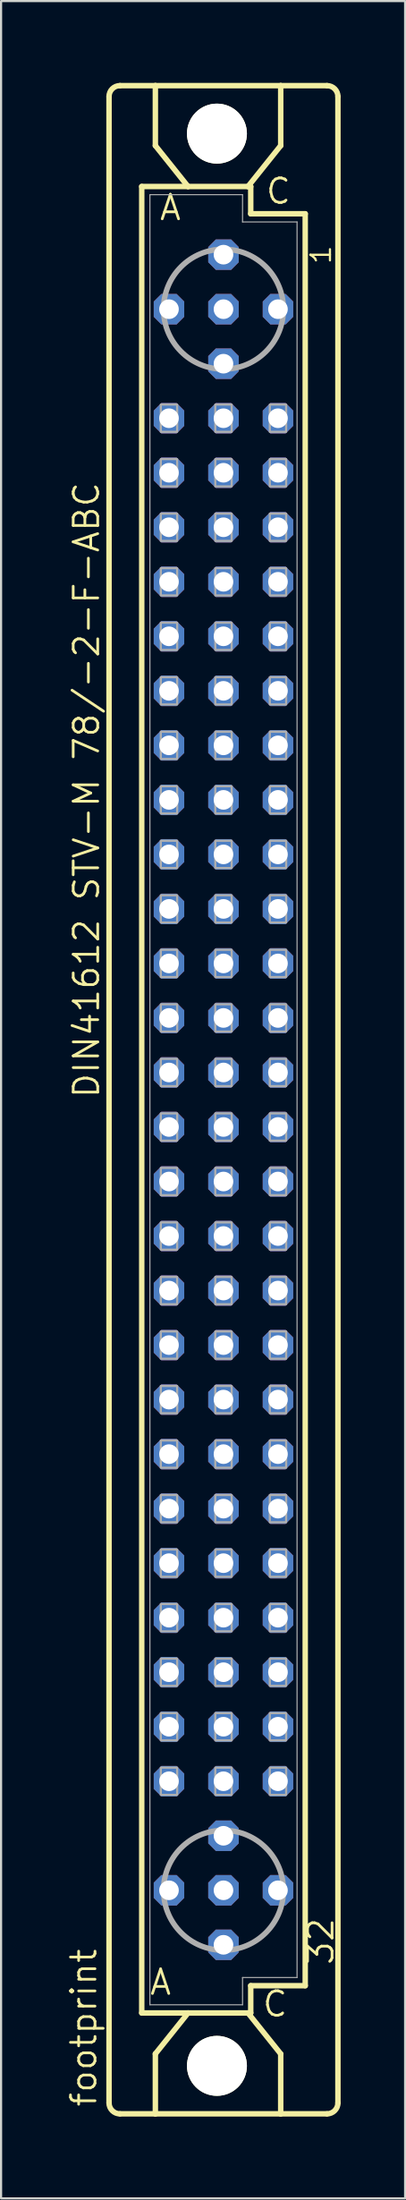
<source format=kicad_pcb>
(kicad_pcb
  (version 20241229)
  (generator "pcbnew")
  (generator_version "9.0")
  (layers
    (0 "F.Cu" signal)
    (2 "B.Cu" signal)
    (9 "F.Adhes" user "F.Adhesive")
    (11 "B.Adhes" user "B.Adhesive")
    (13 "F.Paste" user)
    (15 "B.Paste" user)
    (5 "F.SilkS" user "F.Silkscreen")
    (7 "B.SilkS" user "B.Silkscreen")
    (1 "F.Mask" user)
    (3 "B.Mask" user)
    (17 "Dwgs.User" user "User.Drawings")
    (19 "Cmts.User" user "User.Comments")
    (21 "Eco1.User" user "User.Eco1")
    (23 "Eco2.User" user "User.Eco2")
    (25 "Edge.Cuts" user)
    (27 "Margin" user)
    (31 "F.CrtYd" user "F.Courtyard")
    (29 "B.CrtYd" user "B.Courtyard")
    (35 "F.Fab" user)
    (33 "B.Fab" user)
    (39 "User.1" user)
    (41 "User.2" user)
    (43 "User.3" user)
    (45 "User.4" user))
  (footprint "footprint"
    (layer "F.Cu")
    (at 7.366 48.184)
    (property "Reference" "footprint" (at -5.842 46.99 90) (layer "F.SilkS") (effects (font (size 1.143 1.143) (thickness 0.127)) (justify left bottom)))
    (fp_line (start -5.334 46.736) (end -5.334 -46.736) (stroke (width 0.254) (type solid)) (layer "F.SilkS"))
    (fp_line (start -4.826 -47.244) (end -3.175 -47.244) (stroke (width 0.254) (type solid)) (layer "F.SilkS"))
    (fp_line (start -4.826 47.244) (end -3.175 47.244) (stroke (width 0.254) (type solid)) (layer "F.SilkS"))
    (fp_line (start -3.81 -42.545) (end -3.81 42.545) (stroke (width 0.254) (type solid)) (layer "F.SilkS"))
    (fp_line (start -3.81 42.545) (end -1.651 42.545) (stroke (width 0.254) (type solid)) (layer "F.SilkS"))
    (fp_line (start -3.175 -47.244) (end -3.175 -44.45) (stroke (width 0.254) (type solid)) (layer "F.SilkS"))
    (fp_line (start -3.175 47.244) (end -3.175 44.45) (stroke (width 0.254) (type solid)) (layer "F.SilkS"))
    (fp_line (start -3.175 47.244) (end 2.667 47.244) (stroke (width 0.254) (type solid)) (layer "F.SilkS"))
    (fp_line (start -1.651 -42.545) (end -3.81 -42.545) (stroke (width 0.254) (type solid)) (layer "F.SilkS"))
    (fp_line (start -1.651 -42.545) (end -3.175 -44.45) (stroke (width 0.254) (type solid)) (layer "F.SilkS"))
    (fp_line (start -1.651 42.545) (end -3.175 44.45) (stroke (width 0.254) (type solid)) (layer "F.SilkS"))
    (fp_line (start -1.651 42.545) (end 1.143 42.545) (stroke (width 0.254) (type solid)) (layer "F.SilkS"))
    (fp_line (start 1.143 -42.545) (end -1.651 -42.545) (stroke (width 0.254) (type solid)) (layer "F.SilkS"))
    (fp_line (start 1.143 -42.545) (end 2.667 -44.45) (stroke (width 0.254) (type solid)) (layer "F.SilkS"))
    (fp_line (start 1.143 42.545) (end 1.27 42.545) (stroke (width 0.254) (type solid)) (layer "F.SilkS"))
    (fp_line (start 1.143 42.545) (end 2.667 44.45) (stroke (width 0.254) (type solid)) (layer "F.SilkS"))
    (fp_line (start 1.27 -42.545) (end 1.143 -42.545) (stroke (width 0.254) (type solid)) (layer "F.SilkS"))
    (fp_line (start 1.27 -41.275) (end 1.27 -42.545) (stroke (width 0.254) (type solid)) (layer "F.SilkS"))
    (fp_line (start 1.27 41.275) (end 3.81 41.275) (stroke (width 0.254) (type solid)) (layer "F.SilkS"))
    (fp_line (start 1.27 42.545) (end 1.27 41.275) (stroke (width 0.254) (type solid)) (layer "F.SilkS"))
    (fp_line (start 2.667 -47.244) (end -3.175 -47.244) (stroke (width 0.254) (type solid)) (layer "F.SilkS"))
    (fp_line (start 2.667 -47.244) (end 2.667 -44.45) (stroke (width 0.254) (type solid)) (layer "F.SilkS"))
    (fp_line (start 2.667 47.244) (end 2.667 44.45) (stroke (width 0.254) (type solid)) (layer "F.SilkS"))
    (fp_line (start 2.667 47.244) (end 4.826 47.244) (stroke (width 0.254) (type solid)) (layer "F.SilkS"))
    (fp_line (start 3.81 -41.275) (end 1.27 -41.275) (stroke (width 0.254) (type solid)) (layer "F.SilkS"))
    (fp_line (start 3.81 41.275) (end 3.81 -41.275) (stroke (width 0.254) (type solid)) (layer "F.SilkS"))
    (fp_line (start 4.826 -47.244) (end 2.667 -47.244) (stroke (width 0.254) (type solid)) (layer "F.SilkS"))
    (fp_line (start 5.334 46.736) (end 5.334 -46.736) (stroke (width 0.254) (type solid)) (layer "F.SilkS"))
    (fp_arc (start -5.334 -46.736) (mid -5.18521 -47.09521) (end -4.826 -47.244) (stroke (width 0.254) (type solid)) (layer "F.SilkS"))
    (fp_arc (start -4.826 47.244) (mid -5.18521 47.09521) (end -5.334 46.736) (stroke (width 0.254) (type solid)) (layer "F.SilkS"))
    (fp_arc (start 4.826 -47.244) (mid 5.18521 -47.09521) (end 5.334 -46.736) (stroke (width 0.254) (type solid)) (layer "F.SilkS"))
    (fp_arc (start 5.334 46.736) (mid 5.18521 47.09521) (end 4.826 47.244) (stroke (width 0.254) (type solid)) (layer "F.SilkS"))
    (fp_circle (center -0.305 -45.009) (end 0.965 -45.009) (stroke (width 0.254) (type solid)) (fill no) (layer "F.SilkS"))
    (fp_circle (center -0.305 45.009) (end 0.965 45.009) (stroke (width 0.254) (type solid)) (fill no) (layer "F.SilkS"))
    (fp_line (start -3.429 -42.164) (end -3.429 42.164) (stroke (width 0.051) (type solid)) (layer "F.Fab"))
    (fp_line (start -3.429 -42.164) (end 0.889 -42.164) (stroke (width 0.051) (type solid)) (layer "F.Fab"))
    (fp_line (start -3.429 42.164) (end 0.889 42.164) (stroke (width 0.051) (type solid)) (layer "F.Fab"))
    (fp_line (start 0.889 -42.164) (end 0.889 -40.894) (stroke (width 0.051) (type solid)) (layer "F.Fab"))
    (fp_line (start 0.889 -40.894) (end 3.429 -40.894) (stroke (width 0.051) (type solid)) (layer "F.Fab"))
    (fp_line (start 0.889 40.894) (end 3.429 40.894) (stroke (width 0.051) (type solid)) (layer "F.Fab"))
    (fp_line (start 0.889 42.164) (end 0.889 40.894) (stroke (width 0.051) (type solid)) (layer "F.Fab"))
    (fp_line (start 3.429 -40.894) (end 3.429 40.894) (stroke (width 0.051) (type solid)) (layer "F.Fab"))
    (fp_circle (center 0 -36.83) (end 2.794 -36.83) (stroke (width 0.254) (type solid)) (fill no) (layer "F.Fab"))
    (fp_circle (center 0 36.83) (end 2.794 36.83) (stroke (width 0.254) (type solid)) (fill no) (layer "F.Fab"))
    (fp_poly (pts (xy -2.921 -31.115) (xy -2.159 -31.115) (xy -2.159 -32.385) (xy -2.921 -32.385)) (stroke (width 0.1) (type solid)) (fill no) (layer "F.Fab"))
    (fp_poly (pts (xy -2.921 -28.575) (xy -2.159 -28.575) (xy -2.159 -29.845) (xy -2.921 -29.845)) (stroke (width 0.1) (type solid)) (fill no) (layer "F.Fab"))
    (fp_poly (pts (xy -2.921 -26.035) (xy -2.159 -26.035) (xy -2.159 -27.305) (xy -2.921 -27.305)) (stroke (width 0.1) (type solid)) (fill no) (layer "F.Fab"))
    (fp_poly (pts (xy -2.921 -23.495) (xy -2.159 -23.495) (xy -2.159 -24.765) (xy -2.921 -24.765)) (stroke (width 0.1) (type solid)) (fill no) (layer "F.Fab"))
    (fp_poly (pts (xy -2.921 -20.955) (xy -2.159 -20.955) (xy -2.159 -22.225) (xy -2.921 -22.225)) (stroke (width 0.1) (type solid)) (fill no) (layer "F.Fab"))
    (fp_poly (pts (xy -2.921 -18.415) (xy -2.159 -18.415) (xy -2.159 -19.685) (xy -2.921 -19.685)) (stroke (width 0.1) (type solid)) (fill no) (layer "F.Fab"))
    (fp_poly (pts (xy -2.921 -15.875) (xy -2.159 -15.875) (xy -2.159 -17.145) (xy -2.921 -17.145)) (stroke (width 0.1) (type solid)) (fill no) (layer "F.Fab"))
    (fp_poly (pts (xy -2.921 -13.335) (xy -2.159 -13.335) (xy -2.159 -14.605) (xy -2.921 -14.605)) (stroke (width 0.1) (type solid)) (fill no) (layer "F.Fab"))
    (fp_poly (pts (xy -2.921 -10.795) (xy -2.159 -10.795) (xy -2.159 -12.065) (xy -2.921 -12.065)) (stroke (width 0.1) (type solid)) (fill no) (layer "F.Fab"))
    (fp_poly (pts (xy -2.921 -8.255) (xy -2.159 -8.255) (xy -2.159 -9.525) (xy -2.921 -9.525)) (stroke (width 0.1) (type solid)) (fill no) (layer "F.Fab"))
    (fp_poly (pts (xy -2.921 -5.715) (xy -2.159 -5.715) (xy -2.159 -6.985) (xy -2.921 -6.985)) (stroke (width 0.1) (type solid)) (fill no) (layer "F.Fab"))
    (fp_poly (pts (xy -2.921 -3.175) (xy -2.159 -3.175) (xy -2.159 -4.445) (xy -2.921 -4.445)) (stroke (width 0.1) (type solid)) (fill no) (layer "F.Fab"))
    (fp_poly (pts (xy -2.921 -0.635) (xy -2.159 -0.635) (xy -2.159 -1.905) (xy -2.921 -1.905)) (stroke (width 0.1) (type solid)) (fill no) (layer "F.Fab"))
    (fp_poly (pts (xy -2.921 1.905) (xy -2.159 1.905) (xy -2.159 0.635) (xy -2.921 0.635)) (stroke (width 0.1) (type solid)) (fill no) (layer "F.Fab"))
    (fp_poly (pts (xy -2.921 4.445) (xy -2.159 4.445) (xy -2.159 3.175) (xy -2.921 3.175)) (stroke (width 0.1) (type solid)) (fill no) (layer "F.Fab"))
    (fp_poly (pts (xy -2.921 6.985) (xy -2.159 6.985) (xy -2.159 5.715) (xy -2.921 5.715)) (stroke (width 0.1) (type solid)) (fill no) (layer "F.Fab"))
    (fp_poly (pts (xy -2.921 9.525) (xy -2.159 9.525) (xy -2.159 8.255) (xy -2.921 8.255)) (stroke (width 0.1) (type solid)) (fill no) (layer "F.Fab"))
    (fp_poly (pts (xy -2.921 12.065) (xy -2.159 12.065) (xy -2.159 10.795) (xy -2.921 10.795)) (stroke (width 0.1) (type solid)) (fill no) (layer "F.Fab"))
    (fp_poly (pts (xy -2.921 14.605) (xy -2.159 14.605) (xy -2.159 13.335) (xy -2.921 13.335)) (stroke (width 0.1) (type solid)) (fill no) (layer "F.Fab"))
    (fp_poly (pts (xy -2.921 17.145) (xy -2.159 17.145) (xy -2.159 15.875) (xy -2.921 15.875)) (stroke (width 0.1) (type solid)) (fill no) (layer "F.Fab"))
    (fp_poly (pts (xy -2.921 19.685) (xy -2.159 19.685) (xy -2.159 18.415) (xy -2.921 18.415)) (stroke (width 0.1) (type solid)) (fill no) (layer "F.Fab"))
    (fp_poly (pts (xy -2.921 22.225) (xy -2.159 22.225) (xy -2.159 20.955) (xy -2.921 20.955)) (stroke (width 0.1) (type solid)) (fill no) (layer "F.Fab"))
    (fp_poly (pts (xy -2.921 24.765) (xy -2.159 24.765) (xy -2.159 23.495) (xy -2.921 23.495)) (stroke (width 0.1) (type solid)) (fill no) (layer "F.Fab"))
    (fp_poly (pts (xy -2.921 27.305) (xy -2.159 27.305) (xy -2.159 26.035) (xy -2.921 26.035)) (stroke (width 0.1) (type solid)) (fill no) (layer "F.Fab"))
    (fp_poly (pts (xy -2.921 29.845) (xy -2.159 29.845) (xy -2.159 28.575) (xy -2.921 28.575)) (stroke (width 0.1) (type solid)) (fill no) (layer "F.Fab"))
    (fp_poly (pts (xy -2.921 32.385) (xy -2.159 32.385) (xy -2.159 31.115) (xy -2.921 31.115)) (stroke (width 0.1) (type solid)) (fill no) (layer "F.Fab"))
    (fp_poly (pts (xy -0.381 -31.115) (xy 0.381 -31.115) (xy 0.381 -32.385) (xy -0.381 -32.385)) (stroke (width 0.1) (type solid)) (fill no) (layer "F.Fab"))
    (fp_poly (pts (xy -0.381 -28.575) (xy 0.381 -28.575) (xy 0.381 -29.845) (xy -0.381 -29.845)) (stroke (width 0.1) (type solid)) (fill no) (layer "F.Fab"))
    (fp_poly (pts (xy -0.381 -26.035) (xy 0.381 -26.035) (xy 0.381 -27.305) (xy -0.381 -27.305)) (stroke (width 0.1) (type solid)) (fill no) (layer "F.Fab"))
    (fp_poly (pts (xy -0.381 -23.495) (xy 0.381 -23.495) (xy 0.381 -24.765) (xy -0.381 -24.765)) (stroke (width 0.1) (type solid)) (fill no) (layer "F.Fab"))
    (fp_poly (pts (xy -0.381 -20.955) (xy 0.381 -20.955) (xy 0.381 -22.225) (xy -0.381 -22.225)) (stroke (width 0.1) (type solid)) (fill no) (layer "F.Fab"))
    (fp_poly (pts (xy -0.381 -18.415) (xy 0.381 -18.415) (xy 0.381 -19.685) (xy -0.381 -19.685)) (stroke (width 0.1) (type solid)) (fill no) (layer "F.Fab"))
    (fp_poly (pts (xy -0.381 -15.875) (xy 0.381 -15.875) (xy 0.381 -17.145) (xy -0.381 -17.145)) (stroke (width 0.1) (type solid)) (fill no) (layer "F.Fab"))
    (fp_poly (pts (xy -0.381 -13.335) (xy 0.381 -13.335) (xy 0.381 -14.605) (xy -0.381 -14.605)) (stroke (width 0.1) (type solid)) (fill no) (layer "F.Fab"))
    (fp_poly (pts (xy -0.381 -10.795) (xy 0.381 -10.795) (xy 0.381 -12.065) (xy -0.381 -12.065)) (stroke (width 0.1) (type solid)) (fill no) (layer "F.Fab"))
    (fp_poly (pts (xy -0.381 -8.255) (xy 0.381 -8.255) (xy 0.381 -9.525) (xy -0.381 -9.525)) (stroke (width 0.1) (type solid)) (fill no) (layer "F.Fab"))
    (fp_poly (pts (xy -0.381 -5.715) (xy 0.381 -5.715) (xy 0.381 -6.985) (xy -0.381 -6.985)) (stroke (width 0.1) (type solid)) (fill no) (layer "F.Fab"))
    (fp_poly (pts (xy -0.381 -3.175) (xy 0.381 -3.175) (xy 0.381 -4.445) (xy -0.381 -4.445)) (stroke (width 0.1) (type solid)) (fill no) (layer "F.Fab"))
    (fp_poly (pts (xy -0.381 -0.635) (xy 0.381 -0.635) (xy 0.381 -1.905) (xy -0.381 -1.905)) (stroke (width 0.1) (type solid)) (fill no) (layer "F.Fab"))
    (fp_poly (pts (xy -0.381 1.905) (xy 0.381 1.905) (xy 0.381 0.635) (xy -0.381 0.635)) (stroke (width 0.1) (type solid)) (fill no) (layer "F.Fab"))
    (fp_poly (pts (xy -0.381 4.445) (xy 0.381 4.445) (xy 0.381 3.175) (xy -0.381 3.175)) (stroke (width 0.1) (type solid)) (fill no) (layer "F.Fab"))
    (fp_poly (pts (xy -0.381 6.985) (xy 0.381 6.985) (xy 0.381 5.715) (xy -0.381 5.715)) (stroke (width 0.1) (type solid)) (fill no) (layer "F.Fab"))
    (fp_poly (pts (xy -0.381 9.525) (xy 0.381 9.525) (xy 0.381 8.255) (xy -0.381 8.255)) (stroke (width 0.1) (type solid)) (fill no) (layer "F.Fab"))
    (fp_poly (pts (xy -0.381 12.065) (xy 0.381 12.065) (xy 0.381 10.795) (xy -0.381 10.795)) (stroke (width 0.1) (type solid)) (fill no) (layer "F.Fab"))
    (fp_poly (pts (xy -0.381 14.605) (xy 0.381 14.605) (xy 0.381 13.335) (xy -0.381 13.335)) (stroke (width 0.1) (type solid)) (fill no) (layer "F.Fab"))
    (fp_poly (pts (xy -0.381 17.145) (xy 0.381 17.145) (xy 0.381 15.875) (xy -0.381 15.875)) (stroke (width 0.1) (type solid)) (fill no) (layer "F.Fab"))
    (fp_poly (pts (xy -0.381 19.685) (xy 0.381 19.685) (xy 0.381 18.415) (xy -0.381 18.415)) (stroke (width 0.1) (type solid)) (fill no) (layer "F.Fab"))
    (fp_poly (pts (xy -0.381 22.225) (xy 0.381 22.225) (xy 0.381 20.955) (xy -0.381 20.955)) (stroke (width 0.1) (type solid)) (fill no) (layer "F.Fab"))
    (fp_poly (pts (xy -0.381 24.765) (xy 0.381 24.765) (xy 0.381 23.495) (xy -0.381 23.495)) (stroke (width 0.1) (type solid)) (fill no) (layer "F.Fab"))
    (fp_poly (pts (xy -0.381 27.305) (xy 0.381 27.305) (xy 0.381 26.035) (xy -0.381 26.035)) (stroke (width 0.1) (type solid)) (fill no) (layer "F.Fab"))
    (fp_poly (pts (xy -0.381 29.845) (xy 0.381 29.845) (xy 0.381 28.575) (xy -0.381 28.575)) (stroke (width 0.1) (type solid)) (fill no) (layer "F.Fab"))
    (fp_poly (pts (xy -0.381 32.385) (xy 0.381 32.385) (xy 0.381 31.115) (xy -0.381 31.115)) (stroke (width 0.1) (type solid)) (fill no) (layer "F.Fab"))
    (fp_poly (pts (xy 2.159 -31.115) (xy 2.921 -31.115) (xy 2.921 -32.385) (xy 2.159 -32.385)) (stroke (width 0.1) (type solid)) (fill no) (layer "F.Fab"))
    (fp_poly (pts (xy 2.159 -28.575) (xy 2.921 -28.575) (xy 2.921 -29.845) (xy 2.159 -29.845)) (stroke (width 0.1) (type solid)) (fill no) (layer "F.Fab"))
    (fp_poly (pts (xy 2.159 -26.035) (xy 2.921 -26.035) (xy 2.921 -27.305) (xy 2.159 -27.305)) (stroke (width 0.1) (type solid)) (fill no) (layer "F.Fab"))
    (fp_poly (pts (xy 2.159 -23.495) (xy 2.921 -23.495) (xy 2.921 -24.765) (xy 2.159 -24.765)) (stroke (width 0.1) (type solid)) (fill no) (layer "F.Fab"))
    (fp_poly (pts (xy 2.159 -20.955) (xy 2.921 -20.955) (xy 2.921 -22.225) (xy 2.159 -22.225)) (stroke (width 0.1) (type solid)) (fill no) (layer "F.Fab"))
    (fp_poly (pts (xy 2.159 -18.415) (xy 2.921 -18.415) (xy 2.921 -19.685) (xy 2.159 -19.685)) (stroke (width 0.1) (type solid)) (fill no) (layer "F.Fab"))
    (fp_poly (pts (xy 2.159 -15.875) (xy 2.921 -15.875) (xy 2.921 -17.145) (xy 2.159 -17.145)) (stroke (width 0.1) (type solid)) (fill no) (layer "F.Fab"))
    (fp_poly (pts (xy 2.159 -13.335) (xy 2.921 -13.335) (xy 2.921 -14.605) (xy 2.159 -14.605)) (stroke (width 0.1) (type solid)) (fill no) (layer "F.Fab"))
    (fp_poly (pts (xy 2.159 -10.795) (xy 2.921 -10.795) (xy 2.921 -12.065) (xy 2.159 -12.065)) (stroke (width 0.1) (type solid)) (fill no) (layer "F.Fab"))
    (fp_poly (pts (xy 2.159 -8.255) (xy 2.921 -8.255) (xy 2.921 -9.525) (xy 2.159 -9.525)) (stroke (width 0.1) (type solid)) (fill no) (layer "F.Fab"))
    (fp_poly (pts (xy 2.159 -5.715) (xy 2.921 -5.715) (xy 2.921 -6.985) (xy 2.159 -6.985)) (stroke (width 0.1) (type solid)) (fill no) (layer "F.Fab"))
    (fp_poly (pts (xy 2.159 -3.175) (xy 2.921 -3.175) (xy 2.921 -4.445) (xy 2.159 -4.445)) (stroke (width 0.1) (type solid)) (fill no) (layer "F.Fab"))
    (fp_poly (pts (xy 2.159 -0.635) (xy 2.921 -0.635) (xy 2.921 -1.905) (xy 2.159 -1.905)) (stroke (width 0.1) (type solid)) (fill no) (layer "F.Fab"))
    (fp_poly (pts (xy 2.159 1.905) (xy 2.921 1.905) (xy 2.921 0.635) (xy 2.159 0.635)) (stroke (width 0.1) (type solid)) (fill no) (layer "F.Fab"))
    (fp_poly (pts (xy 2.159 4.445) (xy 2.921 4.445) (xy 2.921 3.175) (xy 2.159 3.175)) (stroke (width 0.1) (type solid)) (fill no) (layer "F.Fab"))
    (fp_poly (pts (xy 2.159 6.985) (xy 2.921 6.985) (xy 2.921 5.715) (xy 2.159 5.715)) (stroke (width 0.1) (type solid)) (fill no) (layer "F.Fab"))
    (fp_poly (pts (xy 2.159 9.525) (xy 2.921 9.525) (xy 2.921 8.255) (xy 2.159 8.255)) (stroke (width 0.1) (type solid)) (fill no) (layer "F.Fab"))
    (fp_poly (pts (xy 2.159 12.065) (xy 2.921 12.065) (xy 2.921 10.795) (xy 2.159 10.795)) (stroke (width 0.1) (type solid)) (fill no) (layer "F.Fab"))
    (fp_poly (pts (xy 2.159 14.605) (xy 2.921 14.605) (xy 2.921 13.335) (xy 2.159 13.335)) (stroke (width 0.1) (type solid)) (fill no) (layer "F.Fab"))
    (fp_poly (pts (xy 2.159 17.145) (xy 2.921 17.145) (xy 2.921 15.875) (xy 2.159 15.875)) (stroke (width 0.1) (type solid)) (fill no) (layer "F.Fab"))
    (fp_poly (pts (xy 2.159 19.685) (xy 2.921 19.685) (xy 2.921 18.415) (xy 2.159 18.415)) (stroke (width 0.1) (type solid)) (fill no) (layer "F.Fab"))
    (fp_poly (pts (xy 2.159 22.225) (xy 2.921 22.225) (xy 2.921 20.955) (xy 2.159 20.955)) (stroke (width 0.1) (type solid)) (fill no) (layer "F.Fab"))
    (fp_poly (pts (xy 2.159 24.765) (xy 2.921 24.765) (xy 2.921 23.495) (xy 2.159 23.495)) (stroke (width 0.1) (type solid)) (fill no) (layer "F.Fab"))
    (fp_poly (pts (xy 2.159 27.305) (xy 2.921 27.305) (xy 2.921 26.035) (xy 2.159 26.035)) (stroke (width 0.1) (type solid)) (fill no) (layer "F.Fab"))
    (fp_poly (pts (xy 2.159 29.845) (xy 2.921 29.845) (xy 2.921 28.575) (xy 2.159 28.575)) (stroke (width 0.1) (type solid)) (fill no) (layer "F.Fab"))
    (fp_poly (pts (xy 2.159 32.385) (xy 2.921 32.385) (xy 2.921 31.115) (xy 2.159 31.115)) (stroke (width 0.1) (type solid)) (fill no) (layer "F.Fab"))
    (fp_text user "C" (at 1.905 -41.656 0) (layer "F.SilkS") (effects (font (size 1.143 1.143) (thickness 0.127)) (justify left bottom)))
    (fp_text user "1" (at 5.08 -38.862 90) (layer "F.SilkS") (effects (font (size 0.914 0.914) (thickness 0.102)) (justify left bottom)))
    (fp_text user " C " (at 0.878 42.799 0) (layer "F.SilkS") (effects (font (size 1.143 1.143) (thickness 0.127)) (justify left bottom)))
    (fp_text user "32" (at 5.207 40.386 90) (layer "F.SilkS") (effects (font (size 1.143 1.143) (thickness 0.127)) (justify left bottom)))
    (fp_text user " A " (at -4.375 41.783 0) (layer "F.SilkS") (effects (font (size 1.143 1.143) (thickness 0.127)) (justify left bottom)))
    (fp_text user "A" (at -3.048 -40.894 0) (layer "F.SilkS") (effects (font (size 1.143 1.143) (thickness 0.127)) (justify left bottom)))
    (fp_text user "DIN41612 STV-M 78/-2-F-ABC" (at -5.715 0 90) (layer "F.SilkS") (effects (font (size 1.143 1.143) (thickness 0.127)) (justify left bottom)))
    (pad "" np_thru_hole circle (at -0.305 -45.009) (size 2.794 2.794) (drill 2.794) (layers "*.Cu" "*.Mask"))
    (pad "" np_thru_hole circle (at -0.305 45.009) (size 2.794 2.794) (drill 2.794) (layers "*.Cu" "*.Mask"))
    (pad "A2" thru_hole roundrect (at -2.54 -36.83) (size 1.422 1.422) (drill 0.914) (layers "*.Cu" "*.Mask") (roundrect_rratio 0.25) (chamfer_ratio 0.25) (chamfer top_left top_right bottom_left bottom_right))
    (pad "A4" thru_hole roundrect (at -2.54 -31.75) (size 1.422 1.422) (drill 0.914) (layers "*.Cu" "*.Mask") (roundrect_rratio 0.25) (chamfer_ratio 0.25) (chamfer top_left top_right bottom_left bottom_right))
    (pad "A5" thru_hole roundrect (at -2.54 -29.21) (size 1.422 1.422) (drill 0.914) (layers "*.Cu" "*.Mask") (roundrect_rratio 0.25) (chamfer_ratio 0.25) (chamfer top_left top_right bottom_left bottom_right))
    (pad "A6" thru_hole roundrect (at -2.54 -26.67) (size 1.422 1.422) (drill 0.914) (layers "*.Cu" "*.Mask") (roundrect_rratio 0.25) (chamfer_ratio 0.25) (chamfer top_left top_right bottom_left bottom_right))
    (pad "A7" thru_hole roundrect (at -2.54 -24.13) (size 1.422 1.422) (drill 0.914) (layers "*.Cu" "*.Mask") (roundrect_rratio 0.25) (chamfer_ratio 0.25) (chamfer top_left top_right bottom_left bottom_right))
    (pad "A8" thru_hole roundrect (at -2.54 -21.59) (size 1.422 1.422) (drill 0.914) (layers "*.Cu" "*.Mask") (roundrect_rratio 0.25) (chamfer_ratio 0.25) (chamfer top_left top_right bottom_left bottom_right))
    (pad "A9" thru_hole roundrect (at -2.54 -19.05) (size 1.422 1.422) (drill 0.914) (layers "*.Cu" "*.Mask") (roundrect_rratio 0.25) (chamfer_ratio 0.25) (chamfer top_left top_right bottom_left bottom_right))
    (pad "A10" thru_hole roundrect (at -2.54 -16.51) (size 1.422 1.422) (drill 0.914) (layers "*.Cu" "*.Mask") (roundrect_rratio 0.25) (chamfer_ratio 0.25) (chamfer top_left top_right bottom_left bottom_right))
    (pad "A11" thru_hole roundrect (at -2.54 -13.97) (size 1.422 1.422) (drill 0.914) (layers "*.Cu" "*.Mask") (roundrect_rratio 0.25) (chamfer_ratio 0.25) (chamfer top_left top_right bottom_left bottom_right))
    (pad "A12" thru_hole roundrect (at -2.54 -11.43) (size 1.422 1.422) (drill 0.914) (layers "*.Cu" "*.Mask") (roundrect_rratio 0.25) (chamfer_ratio 0.25) (chamfer top_left top_right bottom_left bottom_right))
    (pad "A13" thru_hole roundrect (at -2.54 -8.89) (size 1.422 1.422) (drill 0.914) (layers "*.Cu" "*.Mask") (roundrect_rratio 0.25) (chamfer_ratio 0.25) (chamfer top_left top_right bottom_left bottom_right))
    (pad "A14" thru_hole roundrect (at -2.54 -6.35) (size 1.422 1.422) (drill 0.914) (layers "*.Cu" "*.Mask") (roundrect_rratio 0.25) (chamfer_ratio 0.25) (chamfer top_left top_right bottom_left bottom_right))
    (pad "A15" thru_hole roundrect (at -2.54 -3.81) (size 1.422 1.422) (drill 0.914) (layers "*.Cu" "*.Mask") (roundrect_rratio 0.25) (chamfer_ratio 0.25) (chamfer top_left top_right bottom_left bottom_right))
    (pad "A16" thru_hole roundrect (at -2.54 -1.27) (size 1.422 1.422) (drill 0.914) (layers "*.Cu" "*.Mask") (roundrect_rratio 0.25) (chamfer_ratio 0.25) (chamfer top_left top_right bottom_left bottom_right))
    (pad "A17" thru_hole roundrect (at -2.54 1.27) (size 1.422 1.422) (drill 0.914) (layers "*.Cu" "*.Mask") (roundrect_rratio 0.25) (chamfer_ratio 0.25) (chamfer top_left top_right bottom_left bottom_right))
    (pad "A18" thru_hole roundrect (at -2.54 3.81) (size 1.422 1.422) (drill 0.914) (layers "*.Cu" "*.Mask") (roundrect_rratio 0.25) (chamfer_ratio 0.25) (chamfer top_left top_right bottom_left bottom_right))
    (pad "A19" thru_hole roundrect (at -2.54 6.35) (size 1.422 1.422) (drill 0.914) (layers "*.Cu" "*.Mask") (roundrect_rratio 0.25) (chamfer_ratio 0.25) (chamfer top_left top_right bottom_left bottom_right))
    (pad "A20" thru_hole roundrect (at -2.54 8.89) (size 1.422 1.422) (drill 0.914) (layers "*.Cu" "*.Mask") (roundrect_rratio 0.25) (chamfer_ratio 0.25) (chamfer top_left top_right bottom_left bottom_right))
    (pad "A21" thru_hole roundrect (at -2.54 11.43) (size 1.422 1.422) (drill 0.914) (layers "*.Cu" "*.Mask") (roundrect_rratio 0.25) (chamfer_ratio 0.25) (chamfer top_left top_right bottom_left bottom_right))
    (pad "A22" thru_hole roundrect (at -2.54 13.97) (size 1.422 1.422) (drill 0.914) (layers "*.Cu" "*.Mask") (roundrect_rratio 0.25) (chamfer_ratio 0.25) (chamfer top_left top_right bottom_left bottom_right))
    (pad "A23" thru_hole roundrect (at -2.54 16.51) (size 1.422 1.422) (drill 0.914) (layers "*.Cu" "*.Mask") (roundrect_rratio 0.25) (chamfer_ratio 0.25) (chamfer top_left top_right bottom_left bottom_right))
    (pad "A24" thru_hole roundrect (at -2.54 19.05) (size 1.422 1.422) (drill 0.914) (layers "*.Cu" "*.Mask") (roundrect_rratio 0.25) (chamfer_ratio 0.25) (chamfer top_left top_right bottom_left bottom_right))
    (pad "A25" thru_hole roundrect (at -2.54 21.59) (size 1.422 1.422) (drill 0.914) (layers "*.Cu" "*.Mask") (roundrect_rratio 0.25) (chamfer_ratio 0.25) (chamfer top_left top_right bottom_left bottom_right))
    (pad "A26" thru_hole roundrect (at -2.54 24.13) (size 1.422 1.422) (drill 0.914) (layers "*.Cu" "*.Mask") (roundrect_rratio 0.25) (chamfer_ratio 0.25) (chamfer top_left top_right bottom_left bottom_right))
    (pad "A27" thru_hole roundrect (at -2.54 26.67) (size 1.422 1.422) (drill 0.914) (layers "*.Cu" "*.Mask") (roundrect_rratio 0.25) (chamfer_ratio 0.25) (chamfer top_left top_right bottom_left bottom_right))
    (pad "A28" thru_hole roundrect (at -2.54 29.21) (size 1.422 1.422) (drill 0.914) (layers "*.Cu" "*.Mask") (roundrect_rratio 0.25) (chamfer_ratio 0.25) (chamfer top_left top_right bottom_left bottom_right))
    (pad "A29" thru_hole roundrect (at -2.54 31.75) (size 1.422 1.422) (drill 0.914) (layers "*.Cu" "*.Mask") (roundrect_rratio 0.25) (chamfer_ratio 0.25) (chamfer top_left top_right bottom_left bottom_right))
    (pad "A31" thru_hole roundrect (at -2.54 36.83) (size 1.422 1.422) (drill 0.914) (layers "*.Cu" "*.Mask") (roundrect_rratio 0.25) (chamfer_ratio 0.25) (chamfer top_left top_right bottom_left bottom_right))
    (pad "B1" thru_hole roundrect (at 0 -39.37) (size 1.422 1.422) (drill 0.914) (layers "*.Cu" "*.Mask") (roundrect_rratio 0.25) (chamfer_ratio 0.25) (chamfer top_left top_right bottom_left bottom_right))
    (pad "B2" thru_hole roundrect (at 0 -36.83) (size 1.422 1.422) (drill 0.914) (layers "*.Cu" "*.Mask") (roundrect_rratio 0.25) (chamfer_ratio 0.25) (chamfer top_left top_right bottom_left bottom_right))
    (pad "B3" thru_hole roundrect (at 0 -34.29) (size 1.422 1.422) (drill 0.914) (layers "*.Cu" "*.Mask") (roundrect_rratio 0.25) (chamfer_ratio 0.25) (chamfer top_left top_right bottom_left bottom_right))
    (pad "B4" thru_hole roundrect (at 0 -31.75) (size 1.422 1.422) (drill 0.914) (layers "*.Cu" "*.Mask") (roundrect_rratio 0.25) (chamfer_ratio 0.25) (chamfer top_left top_right bottom_left bottom_right))
    (pad "B5" thru_hole roundrect (at 0 -29.21) (size 1.422 1.422) (drill 0.914) (layers "*.Cu" "*.Mask") (roundrect_rratio 0.25) (chamfer_ratio 0.25) (chamfer top_left top_right bottom_left bottom_right))
    (pad "B6" thru_hole roundrect (at 0 -26.67) (size 1.422 1.422) (drill 0.914) (layers "*.Cu" "*.Mask") (roundrect_rratio 0.25) (chamfer_ratio 0.25) (chamfer top_left top_right bottom_left bottom_right))
    (pad "B7" thru_hole roundrect (at 0 -24.13) (size 1.422 1.422) (drill 0.914) (layers "*.Cu" "*.Mask") (roundrect_rratio 0.25) (chamfer_ratio 0.25) (chamfer top_left top_right bottom_left bottom_right))
    (pad "B8" thru_hole roundrect (at 0 -21.59) (size 1.422 1.422) (drill 0.914) (layers "*.Cu" "*.Mask") (roundrect_rratio 0.25) (chamfer_ratio 0.25) (chamfer top_left top_right bottom_left bottom_right))
    (pad "B9" thru_hole roundrect (at 0 -19.05) (size 1.422 1.422) (drill 0.914) (layers "*.Cu" "*.Mask") (roundrect_rratio 0.25) (chamfer_ratio 0.25) (chamfer top_left top_right bottom_left bottom_right))
    (pad "B10" thru_hole roundrect (at 0 -16.51) (size 1.422 1.422) (drill 0.914) (layers "*.Cu" "*.Mask") (roundrect_rratio 0.25) (chamfer_ratio 0.25) (chamfer top_left top_right bottom_left bottom_right))
    (pad "B11" thru_hole roundrect (at 0 -13.97) (size 1.422 1.422) (drill 0.914) (layers "*.Cu" "*.Mask") (roundrect_rratio 0.25) (chamfer_ratio 0.25) (chamfer top_left top_right bottom_left bottom_right))
    (pad "B12" thru_hole roundrect (at 0 -11.43) (size 1.422 1.422) (drill 0.914) (layers "*.Cu" "*.Mask") (roundrect_rratio 0.25) (chamfer_ratio 0.25) (chamfer top_left top_right bottom_left bottom_right))
    (pad "B13" thru_hole roundrect (at 0 -8.89) (size 1.422 1.422) (drill 0.914) (layers "*.Cu" "*.Mask") (roundrect_rratio 0.25) (chamfer_ratio 0.25) (chamfer top_left top_right bottom_left bottom_right))
    (pad "B14" thru_hole roundrect (at 0 -6.35) (size 1.422 1.422) (drill 0.914) (layers "*.Cu" "*.Mask") (roundrect_rratio 0.25) (chamfer_ratio 0.25) (chamfer top_left top_right bottom_left bottom_right))
    (pad "B15" thru_hole roundrect (at 0 -3.81) (size 1.422 1.422) (drill 0.914) (layers "*.Cu" "*.Mask") (roundrect_rratio 0.25) (chamfer_ratio 0.25) (chamfer top_left top_right bottom_left bottom_right))
    (pad "B16" thru_hole roundrect (at 0 -1.27) (size 1.422 1.422) (drill 0.914) (layers "*.Cu" "*.Mask") (roundrect_rratio 0.25) (chamfer_ratio 0.25) (chamfer top_left top_right bottom_left bottom_right))
    (pad "B17" thru_hole roundrect (at 0 1.27) (size 1.422 1.422) (drill 0.914) (layers "*.Cu" "*.Mask") (roundrect_rratio 0.25) (chamfer_ratio 0.25) (chamfer top_left top_right bottom_left bottom_right))
    (pad "B18" thru_hole roundrect (at 0 3.81) (size 1.422 1.422) (drill 0.914) (layers "*.Cu" "*.Mask") (roundrect_rratio 0.25) (chamfer_ratio 0.25) (chamfer top_left top_right bottom_left bottom_right))
    (pad "B19" thru_hole roundrect (at 0 6.35) (size 1.422 1.422) (drill 0.914) (layers "*.Cu" "*.Mask") (roundrect_rratio 0.25) (chamfer_ratio 0.25) (chamfer top_left top_right bottom_left bottom_right))
    (pad "B20" thru_hole roundrect (at 0 8.89) (size 1.422 1.422) (drill 0.914) (layers "*.Cu" "*.Mask") (roundrect_rratio 0.25) (chamfer_ratio 0.25) (chamfer top_left top_right bottom_left bottom_right))
    (pad "B21" thru_hole roundrect (at 0 11.43) (size 1.422 1.422) (drill 0.914) (layers "*.Cu" "*.Mask") (roundrect_rratio 0.25) (chamfer_ratio 0.25) (chamfer top_left top_right bottom_left bottom_right))
    (pad "B22" thru_hole roundrect (at 0 13.97) (size 1.422 1.422) (drill 0.914) (layers "*.Cu" "*.Mask") (roundrect_rratio 0.25) (chamfer_ratio 0.25) (chamfer top_left top_right bottom_left bottom_right))
    (pad "B23" thru_hole roundrect (at 0 16.51) (size 1.422 1.422) (drill 0.914) (layers "*.Cu" "*.Mask") (roundrect_rratio 0.25) (chamfer_ratio 0.25) (chamfer top_left top_right bottom_left bottom_right))
    (pad "B24" thru_hole roundrect (at 0 19.05) (size 1.422 1.422) (drill 0.914) (layers "*.Cu" "*.Mask") (roundrect_rratio 0.25) (chamfer_ratio 0.25) (chamfer top_left top_right bottom_left bottom_right))
    (pad "B25" thru_hole roundrect (at 0 21.59) (size 1.422 1.422) (drill 0.914) (layers "*.Cu" "*.Mask") (roundrect_rratio 0.25) (chamfer_ratio 0.25) (chamfer top_left top_right bottom_left bottom_right))
    (pad "B26" thru_hole roundrect (at 0 24.13) (size 1.422 1.422) (drill 0.914) (layers "*.Cu" "*.Mask") (roundrect_rratio 0.25) (chamfer_ratio 0.25) (chamfer top_left top_right bottom_left bottom_right))
    (pad "B27" thru_hole roundrect (at 0 26.67) (size 1.422 1.422) (drill 0.914) (layers "*.Cu" "*.Mask") (roundrect_rratio 0.25) (chamfer_ratio 0.25) (chamfer top_left top_right bottom_left bottom_right))
    (pad "B28" thru_hole roundrect (at 0 29.21) (size 1.422 1.422) (drill 0.914) (layers "*.Cu" "*.Mask") (roundrect_rratio 0.25) (chamfer_ratio 0.25) (chamfer top_left top_right bottom_left bottom_right))
    (pad "B29" thru_hole roundrect (at 0 31.75) (size 1.422 1.422) (drill 0.914) (layers "*.Cu" "*.Mask") (roundrect_rratio 0.25) (chamfer_ratio 0.25) (chamfer top_left top_right bottom_left bottom_right))
    (pad "B30" thru_hole roundrect (at 0 34.29) (size 1.422 1.422) (drill 0.914) (layers "*.Cu" "*.Mask") (roundrect_rratio 0.25) (chamfer_ratio 0.25) (chamfer top_left top_right bottom_left bottom_right))
    (pad "B31" thru_hole roundrect (at 0 36.83) (size 1.422 1.422) (drill 0.914) (layers "*.Cu" "*.Mask") (roundrect_rratio 0.25) (chamfer_ratio 0.25) (chamfer top_left top_right bottom_left bottom_right))
    (pad "B32" thru_hole roundrect (at 0 39.37) (size 1.422 1.422) (drill 0.914) (layers "*.Cu" "*.Mask") (roundrect_rratio 0.25) (chamfer_ratio 0.25) (chamfer top_left top_right bottom_left bottom_right))
    (pad "C2" thru_hole roundrect (at 2.54 -36.83) (size 1.422 1.422) (drill 0.914) (layers "*.Cu" "*.Mask") (roundrect_rratio 0.25) (chamfer_ratio 0.25) (chamfer top_left top_right bottom_left bottom_right))
    (pad "C4" thru_hole roundrect (at 2.54 -31.75) (size 1.422 1.422) (drill 0.914) (layers "*.Cu" "*.Mask") (roundrect_rratio 0.25) (chamfer_ratio 0.25) (chamfer top_left top_right bottom_left bottom_right))
    (pad "C5" thru_hole roundrect (at 2.54 -29.21) (size 1.422 1.422) (drill 0.914) (layers "*.Cu" "*.Mask") (roundrect_rratio 0.25) (chamfer_ratio 0.25) (chamfer top_left top_right bottom_left bottom_right))
    (pad "C6" thru_hole roundrect (at 2.54 -26.67) (size 1.422 1.422) (drill 0.914) (layers "*.Cu" "*.Mask") (roundrect_rratio 0.25) (chamfer_ratio 0.25) (chamfer top_left top_right bottom_left bottom_right))
    (pad "C7" thru_hole roundrect (at 2.54 -24.13) (size 1.422 1.422) (drill 0.914) (layers "*.Cu" "*.Mask") (roundrect_rratio 0.25) (chamfer_ratio 0.25) (chamfer top_left top_right bottom_left bottom_right))
    (pad "C8" thru_hole roundrect (at 2.54 -21.59) (size 1.422 1.422) (drill 0.914) (layers "*.Cu" "*.Mask") (roundrect_rratio 0.25) (chamfer_ratio 0.25) (chamfer top_left top_right bottom_left bottom_right))
    (pad "C9" thru_hole roundrect (at 2.54 -19.05) (size 1.422 1.422) (drill 0.914) (layers "*.Cu" "*.Mask") (roundrect_rratio 0.25) (chamfer_ratio 0.25) (chamfer top_left top_right bottom_left bottom_right))
    (pad "C10" thru_hole roundrect (at 2.54 -16.51) (size 1.422 1.422) (drill 0.914) (layers "*.Cu" "*.Mask") (roundrect_rratio 0.25) (chamfer_ratio 0.25) (chamfer top_left top_right bottom_left bottom_right))
    (pad "C11" thru_hole roundrect (at 2.54 -13.97) (size 1.422 1.422) (drill 0.914) (layers "*.Cu" "*.Mask") (roundrect_rratio 0.25) (chamfer_ratio 0.25) (chamfer top_left top_right bottom_left bottom_right))
    (pad "C12" thru_hole roundrect (at 2.54 -11.43) (size 1.422 1.422) (drill 0.914) (layers "*.Cu" "*.Mask") (roundrect_rratio 0.25) (chamfer_ratio 0.25) (chamfer top_left top_right bottom_left bottom_right))
    (pad "C13" thru_hole roundrect (at 2.54 -8.89) (size 1.422 1.422) (drill 0.914) (layers "*.Cu" "*.Mask") (roundrect_rratio 0.25) (chamfer_ratio 0.25) (chamfer top_left top_right bottom_left bottom_right))
    (pad "C14" thru_hole roundrect (at 2.54 -6.35) (size 1.422 1.422) (drill 0.914) (layers "*.Cu" "*.Mask") (roundrect_rratio 0.25) (chamfer_ratio 0.25) (chamfer top_left top_right bottom_left bottom_right))
    (pad "C15" thru_hole roundrect (at 2.54 -3.81) (size 1.422 1.422) (drill 0.914) (layers "*.Cu" "*.Mask") (roundrect_rratio 0.25) (chamfer_ratio 0.25) (chamfer top_left top_right bottom_left bottom_right))
    (pad "C16" thru_hole roundrect (at 2.54 -1.27) (size 1.422 1.422) (drill 0.914) (layers "*.Cu" "*.Mask") (roundrect_rratio 0.25) (chamfer_ratio 0.25) (chamfer top_left top_right bottom_left bottom_right))
    (pad "C17" thru_hole roundrect (at 2.54 1.27) (size 1.422 1.422) (drill 0.914) (layers "*.Cu" "*.Mask") (roundrect_rratio 0.25) (chamfer_ratio 0.25) (chamfer top_left top_right bottom_left bottom_right))
    (pad "C18" thru_hole roundrect (at 2.54 3.81) (size 1.422 1.422) (drill 0.914) (layers "*.Cu" "*.Mask") (roundrect_rratio 0.25) (chamfer_ratio 0.25) (chamfer top_left top_right bottom_left bottom_right))
    (pad "C19" thru_hole roundrect (at 2.54 6.35) (size 1.422 1.422) (drill 0.914) (layers "*.Cu" "*.Mask") (roundrect_rratio 0.25) (chamfer_ratio 0.25) (chamfer top_left top_right bottom_left bottom_right))
    (pad "C20" thru_hole roundrect (at 2.54 8.89) (size 1.422 1.422) (drill 0.914) (layers "*.Cu" "*.Mask") (roundrect_rratio 0.25) (chamfer_ratio 0.25) (chamfer top_left top_right bottom_left bottom_right))
    (pad "C21" thru_hole roundrect (at 2.54 11.43) (size 1.422 1.422) (drill 0.914) (layers "*.Cu" "*.Mask") (roundrect_rratio 0.25) (chamfer_ratio 0.25) (chamfer top_left top_right bottom_left bottom_right))
    (pad "C22" thru_hole roundrect (at 2.54 13.97) (size 1.422 1.422) (drill 0.914) (layers "*.Cu" "*.Mask") (roundrect_rratio 0.25) (chamfer_ratio 0.25) (chamfer top_left top_right bottom_left bottom_right))
    (pad "C23" thru_hole roundrect (at 2.54 16.51) (size 1.422 1.422) (drill 0.914) (layers "*.Cu" "*.Mask") (roundrect_rratio 0.25) (chamfer_ratio 0.25) (chamfer top_left top_right bottom_left bottom_right))
    (pad "C24" thru_hole roundrect (at 2.54 19.05) (size 1.422 1.422) (drill 0.914) (layers "*.Cu" "*.Mask") (roundrect_rratio 0.25) (chamfer_ratio 0.25) (chamfer top_left top_right bottom_left bottom_right))
    (pad "C25" thru_hole roundrect (at 2.54 21.59) (size 1.422 1.422) (drill 0.914) (layers "*.Cu" "*.Mask") (roundrect_rratio 0.25) (chamfer_ratio 0.25) (chamfer top_left top_right bottom_left bottom_right))
    (pad "C26" thru_hole roundrect (at 2.54 24.13) (size 1.422 1.422) (drill 0.914) (layers "*.Cu" "*.Mask") (roundrect_rratio 0.25) (chamfer_ratio 0.25) (chamfer top_left top_right bottom_left bottom_right))
    (pad "C27" thru_hole roundrect (at 2.54 26.67) (size 1.422 1.422) (drill 0.914) (layers "*.Cu" "*.Mask") (roundrect_rratio 0.25) (chamfer_ratio 0.25) (chamfer top_left top_right bottom_left bottom_right))
    (pad "C28" thru_hole roundrect (at 2.54 29.21) (size 1.422 1.422) (drill 0.914) (layers "*.Cu" "*.Mask") (roundrect_rratio 0.25) (chamfer_ratio 0.25) (chamfer top_left top_right bottom_left bottom_right))
    (pad "C29" thru_hole roundrect (at 2.54 31.75) (size 1.422 1.422) (drill 0.914) (layers "*.Cu" "*.Mask") (roundrect_rratio 0.25) (chamfer_ratio 0.25) (chamfer top_left top_right bottom_left bottom_right))
    (pad "C31" thru_hole roundrect (at 2.54 36.83) (size 1.422 1.422) (drill 0.914) (layers "*.Cu" "*.Mask") (roundrect_rratio 0.25) (chamfer_ratio 0.25) (chamfer top_left top_right bottom_left bottom_right))
    (zone (net_name "") (layers "F.Cu" "B.Cu") (hatch edge 0.508) (connect_pads) (min_thickness 0.254) (filled_areas_thickness no) (keepout (tracks allowed) (vias not_allowed) (pads allowed) (copperpour allowed) (footprints allowed)) (placement (enabled no)) (fill) (polygon (pts (xy 10.236 3.175) (xy 10.188 2.624) (xy 10.045 2.089) (xy 9.811 1.587) (xy 9.493 1.134) (xy 9.102 0.743) (xy 8.649 0.425) (xy 8.147 0.191) (xy 7.613 0.048) (xy 7.061 0) (xy 6.51 0.048) (xy 5.975 0.191) (xy 5.474 0.425) (xy 5.02 0.743) (xy 4.629 1.134) (xy 4.312 1.587) (xy 4.078 2.089) (xy 3.934 2.624) (xy 3.886 3.175) (xy 3.934 3.726) (xy 4.078 4.261) (xy 4.312 4.763) (xy 4.629 5.216) (xy 5.02 5.607) (xy 5.474 5.925) (xy 5.975 6.159) (xy 6.51 6.302) (xy 7.061 6.35) (xy 7.613 6.302) (xy 8.147 6.159) (xy 8.649 5.925) (xy 9.102 5.607) (xy 9.493 5.216) (xy 9.811 4.763) (xy 10.045 4.261) (xy 10.188 3.726))) (polygon (pts (xy 8.458 3.175) (xy 8.437 2.932) (xy 8.374 2.697) (xy 8.271 2.477) (xy 8.131 2.277) (xy 7.959 2.105) (xy 7.76 1.965) (xy 7.539 1.862) (xy 7.304 1.799) (xy 7.061 1.778) (xy 6.819 1.799) (xy 6.583 1.862) (xy 6.363 1.965) (xy 6.163 2.105) (xy 5.991 2.277) (xy 5.851 2.477) (xy 5.748 2.697) (xy 5.685 2.932) (xy 5.664 3.175) (xy 5.685 3.418) (xy 5.748 3.653) (xy 5.851 3.873) (xy 5.991 4.073) (xy 6.163 4.245) (xy 6.363 4.385) (xy 6.583 4.488) (xy 6.819 4.551) (xy 7.061 4.572) (xy 7.304 4.551) (xy 7.539 4.488) (xy 7.76 4.385) (xy 7.959 4.245) (xy 8.131 4.073) (xy 8.271 3.873) (xy 8.374 3.653) (xy 8.437 3.418))))
    (zone (net_name "") (layers "F.Cu" "B.Cu") (hatch edge 0.508) (connect_pads) (min_thickness 0.254) (filled_areas_thickness no) (keepout (tracks allowed) (vias not_allowed) (pads allowed) (copperpour allowed) (footprints allowed)) (placement (enabled no)) (fill) (polygon (pts (xy 10.236 93.193) (xy 10.188 92.641) (xy 10.045 92.107) (xy 9.811 91.605) (xy 9.493 91.152) (xy 9.102 90.76) (xy 8.649 90.443) (xy 8.147 90.209) (xy 7.613 90.066) (xy 7.061 90.018) (xy 6.51 90.066) (xy 5.975 90.209) (xy 5.474 90.443) (xy 5.02 90.76) (xy 4.629 91.152) (xy 4.312 91.605) (xy 4.078 92.107) (xy 3.934 92.641) (xy 3.886 93.193) (xy 3.934 93.744) (xy 4.078 94.279) (xy 4.312 94.78) (xy 4.629 95.233) (xy 5.02 95.625) (xy 5.474 95.942) (xy 5.975 96.176) (xy 6.51 96.319) (xy 7.061 96.368) (xy 7.613 96.319) (xy 8.147 96.176) (xy 8.649 95.942) (xy 9.102 95.625) (xy 9.493 95.233) (xy 9.811 94.78) (xy 10.045 94.279) (xy 10.188 93.744))) (polygon (pts (xy 8.458 93.193) (xy 8.437 92.95) (xy 8.374 92.715) (xy 8.271 92.494) (xy 8.131 92.295) (xy 7.959 92.122) (xy 7.76 91.983) (xy 7.539 91.88) (xy 7.304 91.817) (xy 7.061 91.796) (xy 6.819 91.817) (xy 6.583 91.88) (xy 6.363 91.983) (xy 6.163 92.122) (xy 5.991 92.295) (xy 5.851 92.494) (xy 5.748 92.715) (xy 5.685 92.95) (xy 5.664 93.193) (xy 5.685 93.435) (xy 5.748 93.67) (xy 5.851 93.891) (xy 5.991 94.091) (xy 6.163 94.263) (xy 6.363 94.402) (xy 6.583 94.505) (xy 6.819 94.568) (xy 7.061 94.59) (xy 7.304 94.568) (xy 7.539 94.505) (xy 7.76 94.402) (xy 7.959 94.263) (xy 8.131 94.091) (xy 8.271 93.891) (xy 8.374 93.67) (xy 8.437 93.435))))
    (zone (net_name "") (layer "B.Cu") (hatch edge 0.508) (connect_pads) (min_thickness 0.254) (filled_areas_thickness no) (keepout (tracks not_allowed) (vias not_allowed) (pads not_allowed) (copperpour not_allowed) (footprints allowed)) (placement (enabled no)) (fill) (polygon (pts (xy 10.236 3.175) (xy 10.188 2.624) (xy 10.045 2.089) (xy 9.811 1.587) (xy 9.493 1.134) (xy 9.102 0.743) (xy 8.649 0.425) (xy 8.147 0.191) (xy 7.613 0.048) (xy 7.061 0) (xy 6.51 0.048) (xy 5.975 0.191) (xy 5.474 0.425) (xy 5.02 0.743) (xy 4.629 1.134) (xy 4.312 1.587) (xy 4.078 2.089) (xy 3.934 2.624) (xy 3.886 3.175) (xy 3.934 3.726) (xy 4.078 4.261) (xy 4.312 4.763) (xy 4.629 5.216) (xy 5.02 5.607) (xy 5.474 5.925) (xy 5.975 6.159) (xy 6.51 6.302) (xy 7.061 6.35) (xy 7.613 6.302) (xy 8.147 6.159) (xy 8.649 5.925) (xy 9.102 5.607) (xy 9.493 5.216) (xy 9.811 4.763) (xy 10.045 4.261) (xy 10.188 3.726))) (polygon (pts (xy 8.458 3.175) (xy 8.437 2.932) (xy 8.374 2.697) (xy 8.271 2.477) (xy 8.131 2.277) (xy 7.959 2.105) (xy 7.76 1.965) (xy 7.539 1.862) (xy 7.304 1.799) (xy 7.061 1.778) (xy 6.819 1.799) (xy 6.583 1.862) (xy 6.363 1.965) (xy 6.163 2.105) (xy 5.991 2.277) (xy 5.851 2.477) (xy 5.748 2.697) (xy 5.685 2.932) (xy 5.664 3.175) (xy 5.685 3.418) (xy 5.748 3.653) (xy 5.851 3.873) (xy 5.991 4.073) (xy 6.163 4.245) (xy 6.363 4.385) (xy 6.583 4.488) (xy 6.819 4.551) (xy 7.061 4.572) (xy 7.304 4.551) (xy 7.539 4.488) (xy 7.76 4.385) (xy 7.959 4.245) (xy 8.131 4.073) (xy 8.271 3.873) (xy 8.374 3.653) (xy 8.437 3.418))))
    (zone (net_name "") (layer "B.Cu") (hatch edge 0.508) (connect_pads) (min_thickness 0.254) (filled_areas_thickness no) (keepout (tracks not_allowed) (vias not_allowed) (pads not_allowed) (copperpour not_allowed) (footprints allowed)) (placement (enabled no)) (fill) (polygon (pts (xy 10.236 93.193) (xy 10.188 92.641) (xy 10.045 92.107) (xy 9.811 91.605) (xy 9.493 91.152) (xy 9.102 90.76) (xy 8.649 90.443) (xy 8.147 90.209) (xy 7.613 90.066) (xy 7.061 90.018) (xy 6.51 90.066) (xy 5.975 90.209) (xy 5.474 90.443) (xy 5.02 90.76) (xy 4.629 91.152) (xy 4.312 91.605) (xy 4.078 92.107) (xy 3.934 92.641) (xy 3.886 93.193) (xy 3.934 93.744) (xy 4.078 94.279) (xy 4.312 94.78) (xy 4.629 95.233) (xy 5.02 95.625) (xy 5.474 95.942) (xy 5.975 96.176) (xy 6.51 96.319) (xy 7.061 96.368) (xy 7.613 96.319) (xy 8.147 96.176) (xy 8.649 95.942) (xy 9.102 95.625) (xy 9.493 95.233) (xy 9.811 94.78) (xy 10.045 94.279) (xy 10.188 93.744))) (polygon (pts (xy 8.458 93.193) (xy 8.437 92.95) (xy 8.374 92.715) (xy 8.271 92.494) (xy 8.131 92.295) (xy 7.959 92.122) (xy 7.76 91.983) (xy 7.539 91.88) (xy 7.304 91.817) (xy 7.061 91.796) (xy 6.819 91.817) (xy 6.583 91.88) (xy 6.363 91.983) (xy 6.163 92.122) (xy 5.991 92.295) (xy 5.851 92.494) (xy 5.748 92.715) (xy 5.685 92.95) (xy 5.664 93.193) (xy 5.685 93.435) (xy 5.748 93.67) (xy 5.851 93.891) (xy 5.991 94.091) (xy 6.163 94.263) (xy 6.363 94.402) (xy 6.583 94.505) (xy 6.819 94.568) (xy 7.061 94.59) (xy 7.304 94.568) (xy 7.539 94.505) (xy 7.76 94.402) (xy 7.959 94.263) (xy 8.131 94.091) (xy 8.271 93.891) (xy 8.374 93.67) (xy 8.437 93.435)))))
  (gr_rect
    (start -3 -3)
    (end 15.832 99.368)
    (stroke (width 0.1) (type default))
    (fill no)
    (layer "Edge.Cuts")))
</source>
